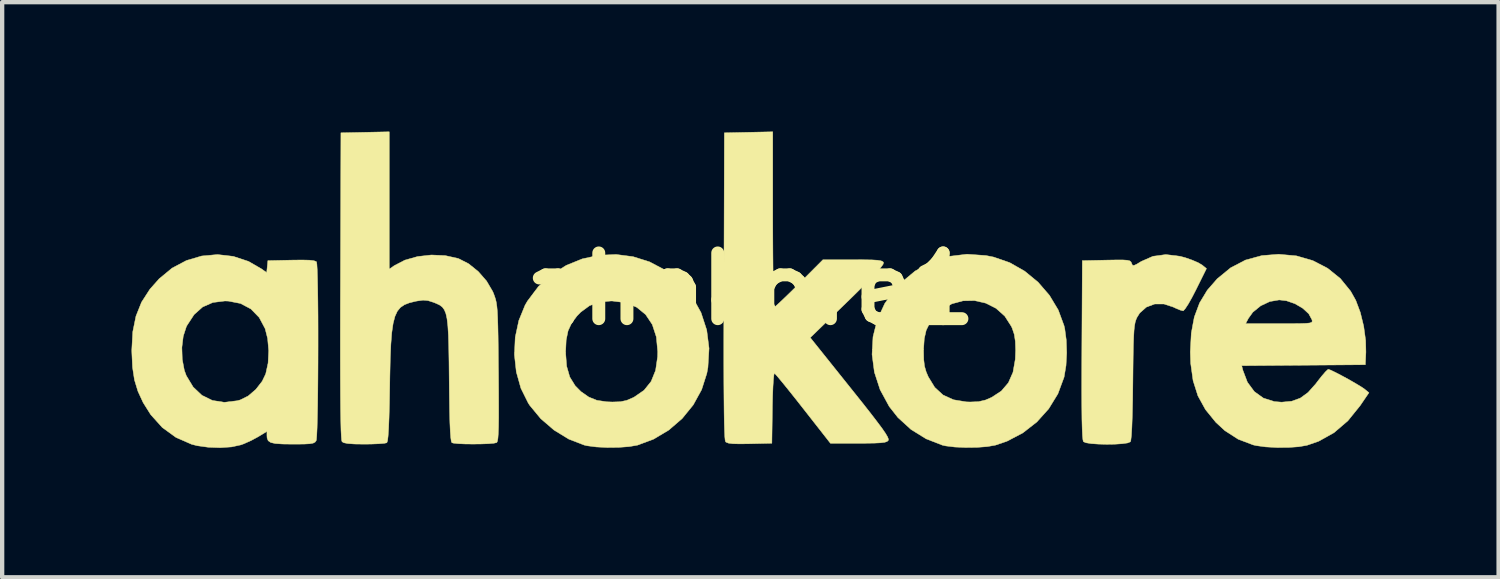
<source format=kicad_pcb>
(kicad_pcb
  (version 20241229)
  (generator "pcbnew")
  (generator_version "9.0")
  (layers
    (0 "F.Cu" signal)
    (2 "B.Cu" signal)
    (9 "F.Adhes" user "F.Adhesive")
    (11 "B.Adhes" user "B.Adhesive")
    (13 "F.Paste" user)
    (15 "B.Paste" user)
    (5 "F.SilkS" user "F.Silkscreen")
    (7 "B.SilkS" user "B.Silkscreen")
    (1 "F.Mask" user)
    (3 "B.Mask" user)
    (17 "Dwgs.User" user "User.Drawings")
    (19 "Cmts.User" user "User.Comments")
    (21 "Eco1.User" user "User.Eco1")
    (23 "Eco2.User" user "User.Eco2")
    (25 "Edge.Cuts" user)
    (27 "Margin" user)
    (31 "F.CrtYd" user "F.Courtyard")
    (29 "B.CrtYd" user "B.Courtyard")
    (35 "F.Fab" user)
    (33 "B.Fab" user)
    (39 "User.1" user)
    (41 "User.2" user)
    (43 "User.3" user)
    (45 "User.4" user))
  (footprint "ahokore1"
    (layer "F.Cu")
    (at 14.314 3.648)
    (property "Reference" "ahokore1" (at 0 0 0) (layer "F.SilkS") (effects (font (size 1.524 1.524) (thickness 0.3))))
    (attr through_hole)
    (fp_poly (pts (xy 9.99 -0.757) (xy 10.108 -0.726) (xy 10.271 -0.669) (xy 10.413 -0.608) (xy 10.504 -0.554) (xy 10.504 -0.554) (xy 10.604 -0.472) (xy 10.361 0.018) (xy 10.266 0.202) (xy 10.18 0.354) (xy 10.11 0.46) (xy 10.067 0.507) (xy 10.063 0.508) (xy 9.994 0.49) (xy 9.885 0.444) (xy 9.842 0.423) (xy 9.619 0.349) (xy 9.405 0.349) (xy 9.213 0.42) (xy 9.057 0.558) (xy 8.992 0.662) (xy 8.97 0.714) (xy 8.951 0.775) (xy 8.937 0.854) (xy 8.925 0.961) (xy 8.917 1.107) (xy 8.91 1.3) (xy 8.905 1.551) (xy 8.901 1.87) (xy 8.898 2.157) (xy 8.893 2.58) (xy 8.885 2.929) (xy 8.875 3.203) (xy 8.864 3.398) (xy 8.85 3.513) (xy 8.84 3.544) (xy 8.777 3.57) (xy 8.65 3.588) (xy 8.482 3.599) (xy 8.292 3.602) (xy 8.103 3.597) (xy 7.936 3.586) (xy 7.811 3.566) (xy 7.752 3.541) (xy 7.74 3.498) (xy 7.73 3.4) (xy 7.723 3.242) (xy 7.717 3.02) (xy 7.714 2.729) (xy 7.712 2.366) (xy 7.713 1.927) (xy 7.715 1.413) (xy 7.726 -0.656) (xy 8.284 -0.668) (xy 8.511 -0.672) (xy 8.667 -0.672) (xy 8.767 -0.665) (xy 8.825 -0.651) (xy 8.854 -0.627) (xy 8.868 -0.597) (xy 8.887 -0.552) (xy 8.921 -0.544) (xy 8.988 -0.574) (xy 9.093 -0.638) (xy 9.364 -0.757) (xy 9.663 -0.797) (xy 9.99 -0.757)) (stroke (width 0.01) (type solid)) (fill yes) (layer "F.SilkS"))
    (fp_poly (pts (xy -2.688 -0.748) (xy -2.306 -0.628) (xy -1.946 -0.438) (xy -1.619 -0.176) (xy -1.6 -0.158) (xy -1.32 0.176) (xy -1.113 0.549) (xy -0.981 0.953) (xy -0.927 1.378) (xy -0.953 1.818) (xy -0.978 1.956) (xy -1.099 2.335) (xy -1.293 2.688) (xy -1.55 3.004) (xy -1.86 3.272) (xy -2.212 3.482) (xy -2.588 3.622) (xy -2.78 3.655) (xy -3.023 3.673) (xy -3.288 3.676) (xy -3.542 3.663) (xy -3.756 3.635) (xy -3.823 3.619) (xy -4.18 3.481) (xy -4.521 3.272) (xy -4.828 3.008) (xy -5.082 2.701) (xy -5.119 2.645) (xy -5.288 2.304) (xy -5.395 1.924) (xy -5.439 1.524) (xy -5.435 1.453) (xy -4.252 1.453) (xy -4.252 1.483) (xy -4.228 1.791) (xy -4.156 2.041) (xy -4.03 2.245) (xy -3.895 2.381) (xy -3.716 2.506) (xy -3.528 2.582) (xy -3.302 2.616) (xy -3.169 2.621) (xy -2.984 2.615) (xy -2.837 2.584) (xy -2.684 2.518) (xy -2.662 2.506) (xy -2.434 2.349) (xy -2.27 2.145) (xy -2.166 1.888) (xy -2.12 1.573) (xy -2.117 1.453) (xy -2.149 1.112) (xy -2.243 0.825) (xy -2.397 0.594) (xy -2.605 0.424) (xy -2.866 0.318) (xy -3.175 0.279) (xy -3.196 0.279) (xy -3.471 0.305) (xy -3.698 0.388) (xy -3.901 0.537) (xy -3.988 0.626) (xy -4.113 0.792) (xy -4.195 0.97) (xy -4.239 1.183) (xy -4.252 1.453) (xy -5.435 1.453) (xy -5.42 1.121) (xy -5.337 0.733) (xy -5.192 0.377) (xy -5.137 0.282) (xy -4.882 -0.056) (xy -4.578 -0.333) (xy -4.236 -0.547) (xy -3.866 -0.697) (xy -3.478 -0.781) (xy -3.082 -0.799) (xy -2.688 -0.748)) (stroke (width 0.01) (type solid)) (fill yes) (layer "F.SilkS"))
    (fp_poly (pts (xy 5.492 -0.774) (xy 5.669 -0.739) (xy 6.042 -0.61) (xy 6.39 -0.412) (xy 6.701 -0.156) (xy 6.964 0.148) (xy 7.168 0.487) (xy 7.302 0.85) (xy 7.319 0.923) (xy 7.354 1.185) (xy 7.364 1.482) (xy 7.348 1.776) (xy 7.306 2.03) (xy 7.301 2.051) (xy 7.16 2.431) (xy 6.947 2.778) (xy 6.672 3.084) (xy 6.346 3.338) (xy 5.978 3.531) (xy 5.709 3.622) (xy 5.521 3.655) (xy 5.282 3.673) (xy 5.022 3.676) (xy 4.771 3.665) (xy 4.559 3.639) (xy 4.483 3.622) (xy 4.105 3.475) (xy 3.755 3.258) (xy 3.45 2.98) (xy 3.249 2.724) (xy 3.038 2.335) (xy 2.906 1.93) (xy 2.852 1.519) (xy 2.856 1.439) (xy 4.046 1.439) (xy 4.05 1.64) (xy 4.068 1.79) (xy 4.106 1.922) (xy 4.155 2.037) (xy 4.305 2.282) (xy 4.498 2.459) (xy 4.74 2.569) (xy 5.036 2.618) (xy 5.125 2.621) (xy 5.32 2.613) (xy 5.48 2.576) (xy 5.623 2.514) (xy 5.848 2.367) (xy 6.012 2.175) (xy 6.119 1.932) (xy 6.172 1.63) (xy 6.18 1.423) (xy 6.173 1.214) (xy 6.149 1.055) (xy 6.101 0.912) (xy 6.081 0.868) (xy 5.928 0.63) (xy 5.725 0.449) (xy 5.486 0.329) (xy 5.227 0.27) (xy 4.96 0.275) (xy 4.701 0.345) (xy 4.463 0.483) (xy 4.319 0.619) (xy 4.19 0.788) (xy 4.107 0.957) (xy 4.062 1.153) (xy 4.046 1.401) (xy 4.046 1.439) (xy 2.856 1.439) (xy 2.874 1.11) (xy 2.973 0.713) (xy 3.147 0.337) (xy 3.396 -0.01) (xy 3.509 -0.131) (xy 3.85 -0.415) (xy 4.225 -0.623) (xy 4.629 -0.754) (xy 5.053 -0.805) (xy 5.492 -0.774)) (stroke (width 0.01) (type solid)) (fill yes) (layer "F.SilkS"))
    (fp_poly (pts (xy 0.55 -1.61) (xy 0.551 -1.204) (xy 0.553 -0.825) (xy 0.556 -0.481) (xy 0.56 -0.181) (xy 0.564 0.068) (xy 0.57 0.257) (xy 0.576 0.378) (xy 0.582 0.423) (xy 0.583 0.423) (xy 0.621 0.395) (xy 0.71 0.315) (xy 0.837 0.194) (xy 0.994 0.042) (xy 1.164 -0.127) (xy 1.713 -0.677) (xy 2.403 -0.677) (xy 2.664 -0.676) (xy 2.852 -0.673) (xy 2.98 -0.665) (xy 3.059 -0.652) (xy 3.102 -0.633) (xy 3.119 -0.61) (xy 3.106 -0.568) (xy 3.048 -0.489) (xy 2.941 -0.367) (xy 2.782 -0.201) (xy 2.566 0.015) (xy 2.292 0.284) (xy 2.282 0.293) (xy 1.419 1.129) (xy 2.345 2.286) (xy 2.6 2.605) (xy 2.805 2.865) (xy 2.964 3.072) (xy 3.083 3.231) (xy 3.164 3.349) (xy 3.212 3.431) (xy 3.232 3.484) (xy 3.229 3.51) (xy 3.201 3.536) (xy 3.146 3.555) (xy 3.051 3.567) (xy 2.904 3.574) (xy 2.693 3.577) (xy 2.537 3.577) (xy 1.886 3.577) (xy 1.256 2.773) (xy 1.079 2.548) (xy 0.918 2.346) (xy 0.781 2.177) (xy 0.675 2.049) (xy 0.608 1.973) (xy 0.589 1.955) (xy 0.577 1.99) (xy 0.566 2.098) (xy 0.555 2.266) (xy 0.547 2.48) (xy 0.541 2.728) (xy 0.541 2.759) (xy 0.529 3.577) (xy 0.017 3.589) (xy -0.215 3.592) (xy -0.375 3.588) (xy -0.476 3.575) (xy -0.532 3.553) (xy -0.544 3.542) (xy -0.554 3.507) (xy -0.562 3.425) (xy -0.568 3.29) (xy -0.574 3.101) (xy -0.578 2.852) (xy -0.581 2.54) (xy -0.584 2.162) (xy -0.585 1.715) (xy -0.585 1.193) (xy -0.584 0.594) (xy -0.582 -0.068) (xy -0.572 -3.619) (xy -0.011 -3.631) (xy 0.55 -3.643) (xy 0.55 -1.61)) (stroke (width 0.01) (type solid)) (fill yes) (layer "F.SilkS"))
    (fp_poly (pts (xy 12.688 -0.767) (xy 13.069 -0.657) (xy 13.411 -0.48) (xy 13.707 -0.242) (xy 13.947 0.053) (xy 14.066 0.266) (xy 14.17 0.543) (xy 14.249 0.866) (xy 14.294 1.196) (xy 14.3 1.463) (xy 14.287 1.757) (xy 12.854 1.768) (xy 11.421 1.779) (xy 11.447 1.883) (xy 11.553 2.162) (xy 11.713 2.379) (xy 11.922 2.53) (xy 12.176 2.611) (xy 12.346 2.625) (xy 12.58 2.603) (xy 12.779 2.531) (xy 12.959 2.4) (xy 13.139 2.198) (xy 13.171 2.155) (xy 13.274 2.023) (xy 13.361 1.922) (xy 13.418 1.868) (xy 13.43 1.863) (xy 13.486 1.883) (xy 13.596 1.936) (xy 13.74 2.011) (xy 13.899 2.097) (xy 14.052 2.185) (xy 14.182 2.263) (xy 14.268 2.321) (xy 14.275 2.327) (xy 14.371 2.405) (xy 14.165 2.707) (xy 13.882 3.057) (xy 13.561 3.332) (xy 13.205 3.531) (xy 12.933 3.625) (xy 12.743 3.658) (xy 12.5 3.675) (xy 12.235 3.676) (xy 11.977 3.662) (xy 11.758 3.632) (xy 11.688 3.616) (xy 11.339 3.484) (xy 11.029 3.284) (xy 10.821 3.092) (xy 10.581 2.797) (xy 10.406 2.479) (xy 10.294 2.126) (xy 10.238 1.724) (xy 10.229 1.46) (xy 10.252 1.027) (xy 10.293 0.804) (xy 11.512 0.804) (xy 12.293 0.804) (xy 12.567 0.804) (xy 12.768 0.802) (xy 12.906 0.798) (xy 12.992 0.79) (xy 13.038 0.776) (xy 13.055 0.756) (xy 13.053 0.728) (xy 13.05 0.715) (xy 12.975 0.576) (xy 12.836 0.448) (xy 12.657 0.343) (xy 12.458 0.274) (xy 12.29 0.254) (xy 12.071 0.292) (xy 11.859 0.392) (xy 11.679 0.539) (xy 11.576 0.682) (xy 11.512 0.804) (xy 10.293 0.804) (xy 10.322 0.652) (xy 10.444 0.325) (xy 10.623 0.029) (xy 10.853 -0.235) (xy 11.164 -0.49) (xy 11.507 -0.669) (xy 11.887 -0.773) (xy 12.277 -0.804) (xy 12.688 -0.767)) (stroke (width 0.01) (type solid)) (fill yes) (layer "F.SilkS"))
    (fp_poly (pts (xy -11.956 -0.755) (xy -11.604 -0.639) (xy -11.304 -0.466) (xy -11.182 -0.379) (xy -11.168 -0.518) (xy -11.155 -0.656) (xy -10.608 -0.668) (xy -10.364 -0.671) (xy -10.194 -0.667) (xy -10.088 -0.655) (xy -10.034 -0.634) (xy -10.026 -0.626) (xy -10.018 -0.57) (xy -10.01 -0.44) (xy -10.004 -0.246) (xy -9.999 0.003) (xy -9.995 0.295) (xy -9.992 0.621) (xy -9.991 0.97) (xy -9.991 1.333) (xy -9.992 1.699) (xy -9.994 2.058) (xy -9.997 2.4) (xy -10.001 2.714) (xy -10.007 2.99) (xy -10.013 3.219) (xy -10.021 3.39) (xy -10.029 3.492) (xy -10.034 3.516) (xy -10.061 3.552) (xy -10.106 3.575) (xy -10.184 3.589) (xy -10.312 3.596) (xy -10.505 3.598) (xy -10.576 3.598) (xy -10.815 3.595) (xy -10.981 3.584) (xy -11.087 3.56) (xy -11.147 3.519) (xy -11.172 3.457) (xy -11.176 3.4) (xy -11.176 3.303) (xy -11.377 3.425) (xy -11.538 3.512) (xy -11.712 3.59) (xy -11.781 3.615) (xy -11.996 3.662) (xy -12.258 3.68) (xy -12.535 3.67) (xy -12.794 3.634) (xy -12.922 3.601) (xy -13.285 3.442) (xy -13.602 3.212) (xy -13.871 2.913) (xy -14.046 2.634) (xy -14.166 2.374) (xy -14.247 2.109) (xy -14.292 1.815) (xy -14.308 1.468) (xy -14.309 1.414) (xy -14.306 1.358) (xy -13.148 1.358) (xy -13.139 1.632) (xy -13.091 1.887) (xy -13.045 2.011) (xy -12.886 2.274) (xy -12.683 2.466) (xy -12.44 2.585) (xy -12.166 2.628) (xy -11.865 2.592) (xy -11.795 2.573) (xy -11.609 2.48) (xy -11.432 2.328) (xy -11.286 2.14) (xy -11.204 1.969) (xy -11.149 1.718) (xy -11.135 1.433) (xy -11.16 1.149) (xy -11.218 0.92) (xy -11.356 0.661) (xy -11.547 0.465) (xy -11.787 0.337) (xy -12.069 0.282) (xy -12.15 0.279) (xy -12.43 0.314) (xy -12.667 0.418) (xy -12.864 0.594) (xy -13.029 0.846) (xy -13.045 0.877) (xy -13.116 1.096) (xy -13.148 1.358) (xy -14.306 1.358) (xy -14.286 0.993) (xy -14.212 0.63) (xy -14.083 0.307) (xy -13.891 0.009) (xy -13.676 -0.234) (xy -13.376 -0.482) (xy -13.042 -0.659) (xy -12.687 -0.764) (xy -12.321 -0.797) (xy -11.956 -0.755)) (stroke (width 0.01) (type solid)) (fill yes) (layer "F.SilkS"))
    (fp_poly (pts (xy -8.34 -0.46) (xy -8.223 -0.541) (xy -7.978 -0.668) (xy -7.684 -0.751) (xy -7.364 -0.787) (xy -7.043 -0.773) (xy -6.746 -0.707) (xy -6.734 -0.703) (xy -6.502 -0.585) (xy -6.278 -0.405) (xy -6.084 -0.183) (xy -5.942 0.059) (xy -5.922 0.106) (xy -5.897 0.174) (xy -5.876 0.239) (xy -5.859 0.312) (xy -5.846 0.402) (xy -5.835 0.517) (xy -5.828 0.667) (xy -5.822 0.862) (xy -5.817 1.11) (xy -5.813 1.422) (xy -5.81 1.806) (xy -5.808 1.943) (xy -5.805 2.366) (xy -5.804 2.711) (xy -5.804 2.986) (xy -5.807 3.198) (xy -5.813 3.354) (xy -5.821 3.461) (xy -5.832 3.527) (xy -5.846 3.558) (xy -5.85 3.562) (xy -5.916 3.577) (xy -6.044 3.588) (xy -6.213 3.594) (xy -6.4 3.596) (xy -6.583 3.594) (xy -6.741 3.587) (xy -6.851 3.575) (xy -6.888 3.565) (xy -6.903 3.53) (xy -6.915 3.445) (xy -6.926 3.302) (xy -6.935 3.096) (xy -6.942 2.821) (xy -6.947 2.472) (xy -6.951 2.116) (xy -6.955 1.695) (xy -6.961 1.351) (xy -6.969 1.075) (xy -6.982 0.859) (xy -7.001 0.693) (xy -7.028 0.57) (xy -7.065 0.481) (xy -7.112 0.418) (xy -7.173 0.373) (xy -7.249 0.337) (xy -7.311 0.312) (xy -7.442 0.27) (xy -7.556 0.26) (xy -7.698 0.28) (xy -7.738 0.288) (xy -7.875 0.322) (xy -7.988 0.366) (xy -8.08 0.428) (xy -8.153 0.516) (xy -8.209 0.638) (xy -8.251 0.801) (xy -8.282 1.014) (xy -8.303 1.285) (xy -8.317 1.621) (xy -8.326 2.03) (xy -8.329 2.244) (xy -8.336 2.652) (xy -8.345 2.98) (xy -8.355 3.232) (xy -8.367 3.41) (xy -8.38 3.52) (xy -8.396 3.565) (xy -8.397 3.566) (xy -8.457 3.579) (xy -8.582 3.589) (xy -8.753 3.596) (xy -8.917 3.598) (xy -9.146 3.595) (xy -9.302 3.584) (xy -9.396 3.565) (xy -9.435 3.541) (xy -9.445 3.504) (xy -9.452 3.414) (xy -9.459 3.269) (xy -9.464 3.064) (xy -9.469 2.797) (xy -9.472 2.465) (xy -9.474 2.063) (xy -9.475 1.588) (xy -9.475 1.038) (xy -9.474 0.409) (xy -9.472 -0.068) (xy -9.461 -3.619) (xy -8.901 -3.631) (xy -8.34 -3.643) (xy -8.34 -0.46)) (stroke (width 0.01) (type solid)) (fill yes) (layer "F.SilkS")))
  (gr_rect
    (start -3 -3)
    (end 31.69 10.333)
    (stroke (width 0.1) (type default))
    (fill no)
    (layer "Edge.Cuts")))
</source>
